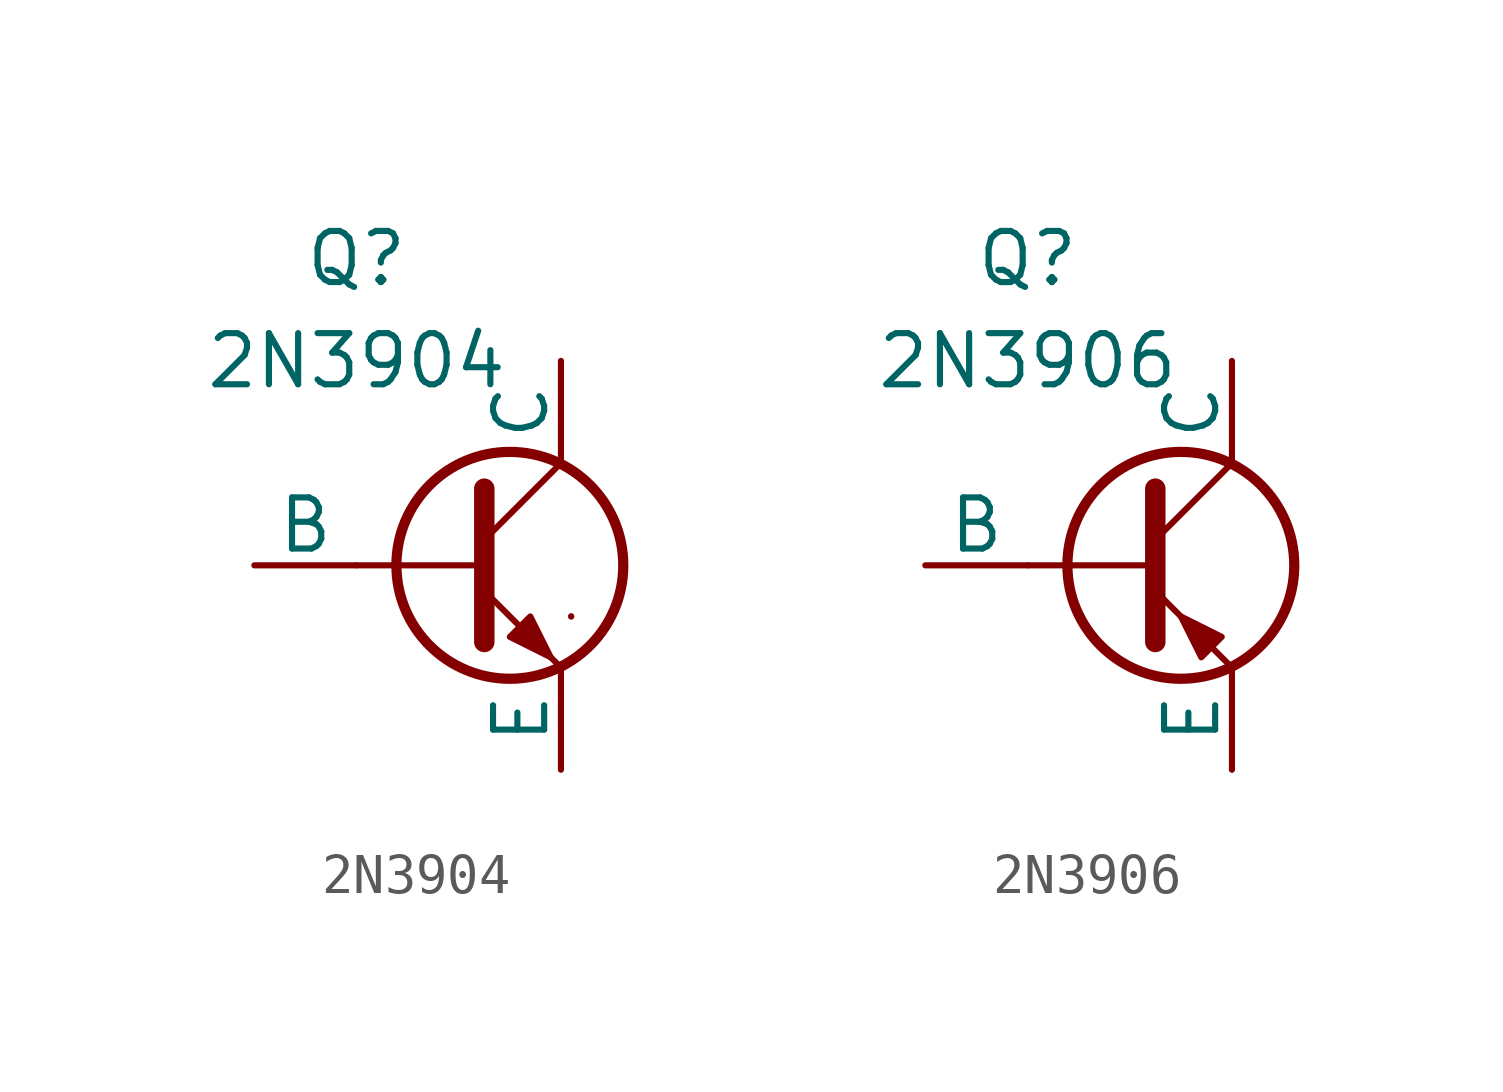
<source format=kicad_sym>
(kicad_symbol_lib
  (version 20241209)
  (generator "kicad_symbol_editor")
  (generator_version "9.0")
  (symbol "2N3904"
    (pin_numbers
      (hide yes))
    (pin_names
      (offset 0))
    (property "Reference" "Q"
      (at -2.54 7.62 0)
      (effects (font (size 1.27 1.27))))
    (property "Value" "2N3904"
      (at -2.54 5.08 0)
      (effects (font (size 1.27 1.27))))
    (symbol "2N3904_0_1"
      (polyline (pts (xy -2.54 0) (xy 0.635 0)) (stroke (width 0.152) (type default)) (fill (type none)))
      (polyline (pts (xy 0.635 1.905) (xy 0.635 -1.905) (xy 0.635 -1.905)) (stroke (width 0.508) (type default)) (fill (type none)))
      (polyline (pts (xy 0.635 0.635) (xy 2.54 2.54)) (stroke (width 0) (type default)) (fill (type none)))
      (polyline (pts (xy 0.635 -0.635) (xy 2.54 -2.54) (xy 2.54 -2.54)) (stroke (width 0) (type default)) (fill (type none)))
      (polyline (pts (xy 1.27 -1.778) (xy 1.778 -1.27) (xy 2.286 -2.286) (xy 1.27 -1.778) (xy 1.27 -1.778)) (stroke (width 0) (type default)) (fill (type outline)))
      (polyline (pts (xy 2.794 -1.27) (xy 2.794 -1.27)) (stroke (width 0.152) (type default)) (fill (type none)))
      (polyline (pts (xy 2.794 -1.27) (xy 2.794 -1.27)) (stroke (width 0.152) (type default)) (fill (type none))))
    (symbol "2N3904_1_1"
      (circle (center 1.27 0) (radius 2.819) (stroke (width 0.254) (type solid)) (fill (type none)))
      (pin input line (at -5.08 0 0) (length 2.54) (name "B" (effects (font (size 1.27 1.27)))) (number "2" (effects (font (size 1.27 1.27)))))
      (pin open_collector line (at 2.54 5.08 270) (length 2.54) (name "C" (effects (font (size 1.27 1.27)))) (number "3" (effects (font (size 1.27 1.27)))))
      (pin open_emitter line (at 2.54 -5.08 90) (length 2.54) (name "E" (effects (font (size 1.27 1.27)))) (number "1" (effects (font (size 1.27 1.27)))))))
  (symbol "2N3906"
    (pin_numbers
      (hide yes))
    (pin_names
      (offset 0))
    (property "Reference" "Q"
      (at -2.54 7.62 0)
      (effects (font (size 1.27 1.27))))
    (property "Value" "2N3906"
      (at -2.54 5.08 0)
      (effects (font (size 1.27 1.27))))
    (symbol "2N3906_0_1"
      (polyline (pts (xy -2.54 0) (xy 0.635 0)) (stroke (width 0.152) (type default)) (fill (type none)))
      (polyline (pts (xy 0.635 1.905) (xy 0.635 -1.905) (xy 0.635 -1.905)) (stroke (width 0.508) (type default)) (fill (type none)))
      (polyline (pts (xy 0.635 0.635) (xy 2.54 2.54)) (stroke (width 0) (type default)) (fill (type none)))
      (polyline (pts (xy 0.635 -0.635) (xy 2.54 -2.54) (xy 2.54 -2.54)) (stroke (width 0) (type default)) (fill (type none)))
      (circle (center 1.27 0) (radius 2.819) (stroke (width 0.254) (type default)) (fill (type none)))
      (polyline (pts (xy 2.286 -1.778) (xy 1.778 -2.286) (xy 1.27 -1.27) (xy 2.286 -1.778) (xy 2.286 -1.778)) (stroke (width 0) (type default)) (fill (type outline))))
    (symbol "2N3906_1_1"
      (pin input line (at -5.08 0 0) (length 2.54) (name "B" (effects (font (size 1.27 1.27)))) (number "2" (effects (font (size 1.27 1.27)))))
      (pin open_collector line (at 2.54 5.08 270) (length 2.54) (name "C" (effects (font (size 1.27 1.27)))) (number "3" (effects (font (size 1.27 1.27)))))
      (pin open_emitter line (at 2.54 -5.08 90) (length 2.54) (name "E" (effects (font (size 1.27 1.27)))) (number "1" (effects (font (size 1.27 1.27))))))))
</source>
